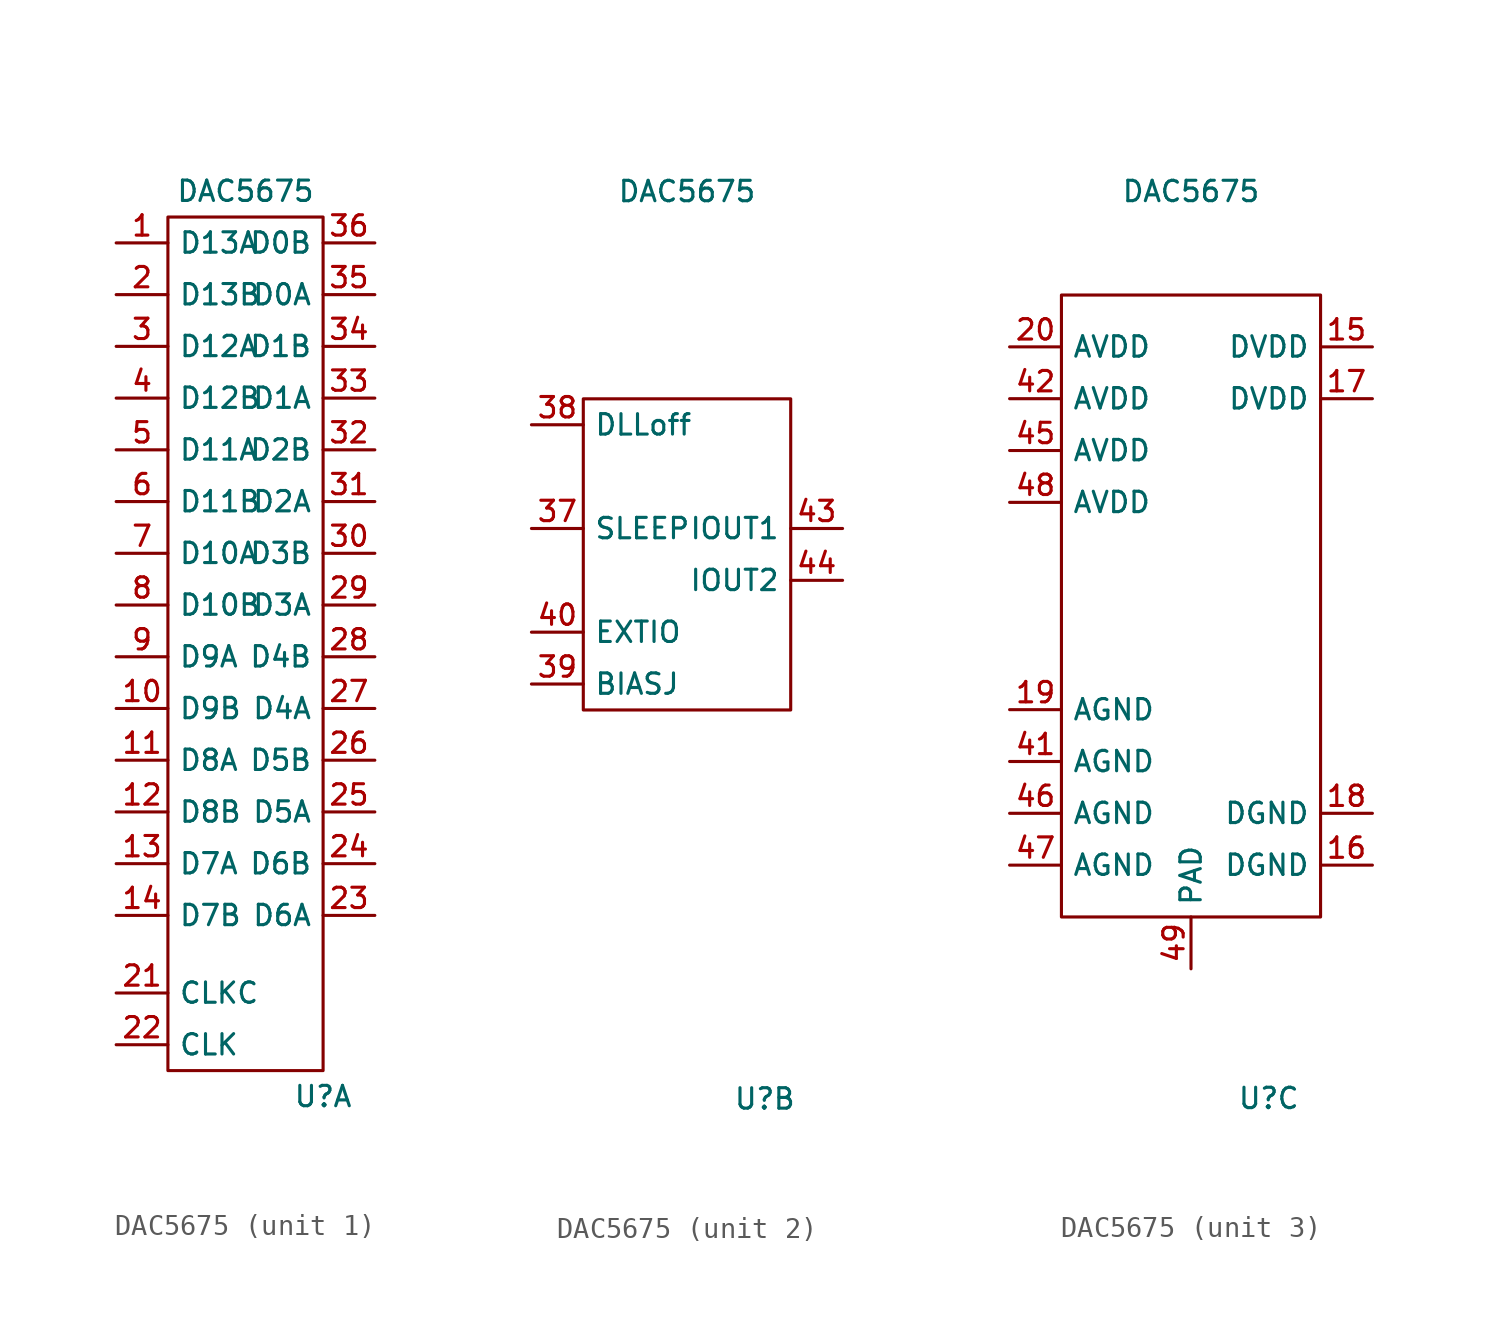
<source format=kicad_sym>
(kicad_symbol_lib
  (version 20220914)
  (generator kicad_symbol_editor)
  (symbol "DAC5675"
    (property "Reference" "U"
      (at 3.81 -27.94 0)
      (effects (font (size 1 1))))
    (property "Value" "DAC5675"
      (at 0 16.51 0)
      (effects (font (size 1 1))))
    (property "ki_locked" ""
      (at 0 0 0)
      (effects (font (size 1.27 1.27))))
    (symbol "DAC5675_1_1"
      (rectangle (start -3.81 15.24) (end 3.81 -26.67) (stroke (width 0) (type default)) (fill (type none)))
      (pin input line (at -6.35 13.97 0) (length 2.54) (name "D13A" (effects (font (size 1 1)))) (number "1" (effects (font (size 1 1)))))
      (pin input line (at -6.35 -8.89 0) (length 2.54) (name "D9B" (effects (font (size 1 1)))) (number "10" (effects (font (size 1 1)))))
      (pin input line (at -6.35 -11.43 0) (length 2.54) (name "D8A" (effects (font (size 1 1)))) (number "11" (effects (font (size 1 1)))))
      (pin input line (at -6.35 -13.97 0) (length 2.54) (name "D8B" (effects (font (size 1 1)))) (number "12" (effects (font (size 1 1)))))
      (pin input line (at -6.35 -16.51 0) (length 2.54) (name "D7A" (effects (font (size 1 1)))) (number "13" (effects (font (size 1 1)))))
      (pin input line (at -6.35 -19.05 0) (length 2.54) (name "D7B" (effects (font (size 1 1)))) (number "14" (effects (font (size 1 1)))))
      (pin input line (at -6.35 11.43 0) (length 2.54) (name "D13B" (effects (font (size 1 1)))) (number "2" (effects (font (size 1 1)))))
      (pin input line (at -6.35 -22.86 0) (length 2.54) (name "CLKC" (effects (font (size 1 1)))) (number "21" (effects (font (size 1 1)))))
      (pin input line (at -6.35 -25.4 0) (length 2.54) (name "CLK" (effects (font (size 1 1)))) (number "22" (effects (font (size 1 1)))))
      (pin input line (at 6.35 -19.05 180) (length 2.54) (name "D6A" (effects (font (size 1 1)))) (number "23" (effects (font (size 1 1)))))
      (pin input line (at 6.35 -16.51 180) (length 2.54) (name "D6B" (effects (font (size 1 1)))) (number "24" (effects (font (size 1 1)))))
      (pin input line (at 6.35 -13.97 180) (length 2.54) (name "D5A" (effects (font (size 1 1)))) (number "25" (effects (font (size 1 1)))))
      (pin input line (at 6.35 -11.43 180) (length 2.54) (name "D5B" (effects (font (size 1 1)))) (number "26" (effects (font (size 1 1)))))
      (pin input line (at 6.35 -8.89 180) (length 2.54) (name "D4A" (effects (font (size 1 1)))) (number "27" (effects (font (size 1 1)))))
      (pin input line (at 6.35 -6.35 180) (length 2.54) (name "D4B" (effects (font (size 1 1)))) (number "28" (effects (font (size 1 1)))))
      (pin input line (at 6.35 -3.81 180) (length 2.54) (name "D3A" (effects (font (size 1 1)))) (number "29" (effects (font (size 1 1)))))
      (pin input line (at -6.35 8.89 0) (length 2.54) (name "D12A" (effects (font (size 1 1)))) (number "3" (effects (font (size 1 1)))))
      (pin input line (at 6.35 -1.27 180) (length 2.54) (name "D3B" (effects (font (size 1 1)))) (number "30" (effects (font (size 1 1)))))
      (pin input line (at 6.35 1.27 180) (length 2.54) (name "D2A" (effects (font (size 1 1)))) (number "31" (effects (font (size 1 1)))))
      (pin input line (at 6.35 3.81 180) (length 2.54) (name "D2B" (effects (font (size 1 1)))) (number "32" (effects (font (size 1 1)))))
      (pin input line (at 6.35 6.35 180) (length 2.54) (name "D1A" (effects (font (size 1 1)))) (number "33" (effects (font (size 1 1)))))
      (pin input line (at 6.35 8.89 180) (length 2.54) (name "D1B" (effects (font (size 1 1)))) (number "34" (effects (font (size 1 1)))))
      (pin input line (at 6.35 11.43 180) (length 2.54) (name "D0A" (effects (font (size 1 1)))) (number "35" (effects (font (size 1 1)))))
      (pin input line (at 6.35 13.97 180) (length 2.54) (name "D0B" (effects (font (size 1 1)))) (number "36" (effects (font (size 1 1)))))
      (pin input line (at -6.35 6.35 0) (length 2.54) (name "D12B" (effects (font (size 1 1)))) (number "4" (effects (font (size 1 1)))))
      (pin input line (at -6.35 3.81 0) (length 2.54) (name "D11A" (effects (font (size 1 1)))) (number "5" (effects (font (size 1 1)))))
      (pin input line (at -6.35 1.27 0) (length 2.54) (name "D11B" (effects (font (size 1 1)))) (number "6" (effects (font (size 1 1)))))
      (pin input line (at -6.35 -1.27 0) (length 2.54) (name "D10A" (effects (font (size 1 1)))) (number "7" (effects (font (size 1 1)))))
      (pin input line (at -6.35 -3.81 0) (length 2.54) (name "D10B" (effects (font (size 1 1)))) (number "8" (effects (font (size 1 1)))))
      (pin input line (at -6.35 -6.35 0) (length 2.54) (name "D9A" (effects (font (size 1 1)))) (number "9" (effects (font (size 1 1))))))
    (symbol "DAC5675_2_1"
      (rectangle (start -5.08 6.35) (end 5.08 -8.89) (stroke (width 0) (type default)) (fill (type none)))
      (pin input line (at -7.62 0 0) (length 2.54) (name "SLEEP" (effects (font (size 1 1)))) (number "37" (effects (font (size 1 1)))))
      (pin input line (at -7.62 5.08 0) (length 2.54) (name "DLLoff" (effects (font (size 1 1)))) (number "38" (effects (font (size 1 1)))))
      (pin output line (at -7.62 -7.62 0) (length 2.54) (name "BIASJ" (effects (font (size 1 1)))) (number "39" (effects (font (size 1 1)))))
      (pin bidirectional line (at -7.62 -5.08 0) (length 2.54) (name "EXTIO" (effects (font (size 1 1)))) (number "40" (effects (font (size 1 1)))))
      (pin output line (at 7.62 0 180) (length 2.54) (name "IOUT1" (effects (font (size 1 1)))) (number "43" (effects (font (size 1 1)))))
      (pin output line (at 7.62 -2.54 180) (length 2.54) (name "IOUT2" (effects (font (size 1 1)))) (number "44" (effects (font (size 1 1))))))
    (symbol "DAC5675_3_1"
      (rectangle (start -6.35 11.43) (end 6.35 -19.05) (stroke (width 0) (type default)) (fill (type none)))
      (pin power_in line (at 8.89 8.89 180) (length 2.54) (name "DVDD" (effects (font (size 1 1)))) (number "15" (effects (font (size 1 1)))))
      (pin power_in line (at 8.89 -16.51 180) (length 2.54) (name "DGND" (effects (font (size 1 1)))) (number "16" (effects (font (size 1 1)))))
      (pin power_in line (at 8.89 6.35 180) (length 2.54) (name "DVDD" (effects (font (size 1 1)))) (number "17" (effects (font (size 1 1)))))
      (pin power_in line (at 8.89 -13.97 180) (length 2.54) (name "DGND" (effects (font (size 1 1)))) (number "18" (effects (font (size 1 1)))))
      (pin power_in line (at -8.89 -8.89 0) (length 2.54) (name "AGND" (effects (font (size 1 1)))) (number "19" (effects (font (size 1 1)))))
      (pin power_in line (at -8.89 8.89 0) (length 2.54) (name "AVDD" (effects (font (size 1 1)))) (number "20" (effects (font (size 1 1)))))
      (pin power_in line (at -8.89 -11.43 0) (length 2.54) (name "AGND" (effects (font (size 1 1)))) (number "41" (effects (font (size 1 1)))))
      (pin power_in line (at -8.89 6.35 0) (length 2.54) (name "AVDD" (effects (font (size 1 1)))) (number "42" (effects (font (size 1 1)))))
      (pin power_in line (at -8.89 3.81 0) (length 2.54) (name "AVDD" (effects (font (size 1 1)))) (number "45" (effects (font (size 1 1)))))
      (pin power_in line (at -8.89 -13.97 0) (length 2.54) (name "AGND" (effects (font (size 1 1)))) (number "46" (effects (font (size 1 1)))))
      (pin power_in line (at -8.89 -16.51 0) (length 2.54) (name "AGND" (effects (font (size 1 1)))) (number "47" (effects (font (size 1 1)))))
      (pin power_in line (at -8.89 1.27 0) (length 2.54) (name "AVDD" (effects (font (size 1 1)))) (number "48" (effects (font (size 1 1)))))
      (pin power_in line (at 0 -21.59 90) (length 2.54) (name "PAD" (effects (font (size 1 1)))) (number "49" (effects (font (size 1 1))))))))
</source>
